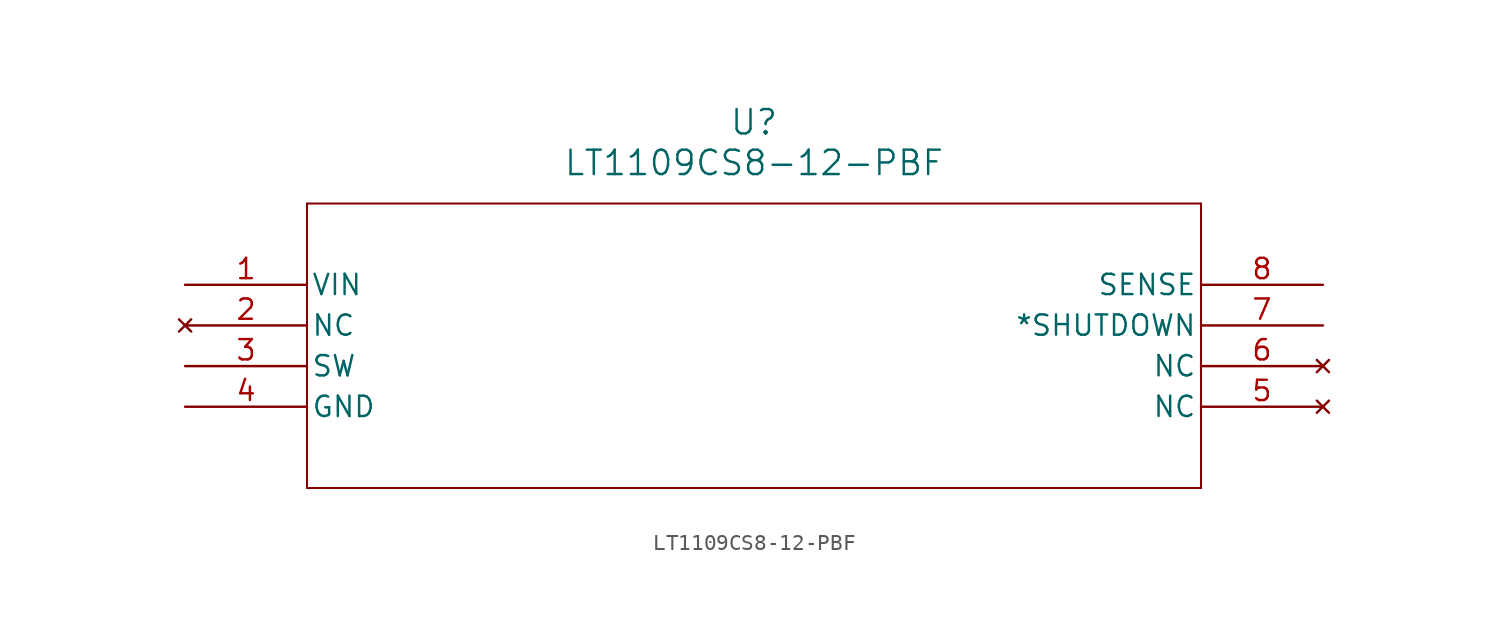
<source format=kicad_sym>
(kicad_symbol_lib
  (version 20220914)
  (generator kicad_symbol_editor)
  (symbol "LT1109CS8-12-PBF"
    (pin_names
      (offset 0.254))
    (property "Reference" "U"
      (at 35.56 10.16 0)
      (effects (font (size 1.524 1.524))))
    (property "Value" "LT1109CS8-12-PBF"
      (at 35.56 7.62 0)
      (effects (font (size 1.524 1.524))))
    (symbol "LT1109CS8-12-PBF_0_1"
      (polyline (pts (xy 7.62 -12.7) (xy 63.5 -12.7)) (stroke (width 0.127) (type default)) (fill (type none)))
      (polyline (pts (xy 7.62 5.08) (xy 7.62 -12.7)) (stroke (width 0.127) (type default)) (fill (type none)))
      (polyline (pts (xy 63.5 -12.7) (xy 63.5 5.08)) (stroke (width 0.127) (type default)) (fill (type none)))
      (polyline (pts (xy 63.5 5.08) (xy 7.62 5.08)) (stroke (width 0.127) (type default)) (fill (type none)))
      (pin input line (at 0 0 0) (length 7.62) (name "VIN" (effects (font (size 1.27 1.27)))) (number "1" (effects (font (size 1.27 1.27)))))
      (pin no_connect line (at 0 -2.54 0) (length 7.62) (name "NC" (effects (font (size 1.27 1.27)))) (number "2" (effects (font (size 1.27 1.27)))))
      (pin unspecified line (at 0 -5.08 0) (length 7.62) (name "SW" (effects (font (size 1.27 1.27)))) (number "3" (effects (font (size 1.27 1.27)))))
      (pin power_in line (at 0 -7.62 0) (length 7.62) (name "GND" (effects (font (size 1.27 1.27)))) (number "4" (effects (font (size 1.27 1.27)))))
      (pin no_connect line (at 71.12 -7.62 180) (length 7.62) (name "NC" (effects (font (size 1.27 1.27)))) (number "5" (effects (font (size 1.27 1.27)))))
      (pin no_connect line (at 71.12 -5.08 180) (length 7.62) (name "NC" (effects (font (size 1.27 1.27)))) (number "6" (effects (font (size 1.27 1.27)))))
      (pin unspecified line (at 71.12 -2.54 180) (length 7.62) (name "*SHUTDOWN" (effects (font (size 1.27 1.27)))) (number "7" (effects (font (size 1.27 1.27)))))
      (pin unspecified line (at 71.12 0 180) (length 7.62) (name "SENSE" (effects (font (size 1.27 1.27)))) (number "8" (effects (font (size 1.27 1.27))))))))
</source>
